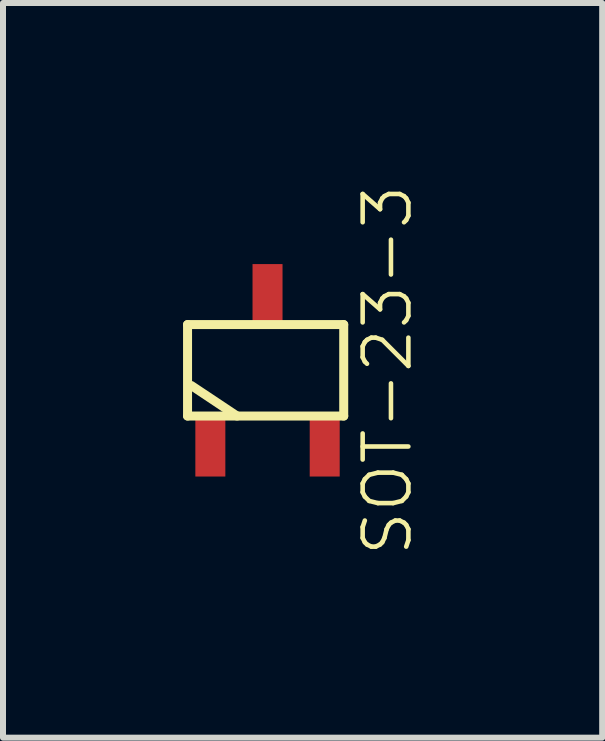
<source format=kicad_pcb>
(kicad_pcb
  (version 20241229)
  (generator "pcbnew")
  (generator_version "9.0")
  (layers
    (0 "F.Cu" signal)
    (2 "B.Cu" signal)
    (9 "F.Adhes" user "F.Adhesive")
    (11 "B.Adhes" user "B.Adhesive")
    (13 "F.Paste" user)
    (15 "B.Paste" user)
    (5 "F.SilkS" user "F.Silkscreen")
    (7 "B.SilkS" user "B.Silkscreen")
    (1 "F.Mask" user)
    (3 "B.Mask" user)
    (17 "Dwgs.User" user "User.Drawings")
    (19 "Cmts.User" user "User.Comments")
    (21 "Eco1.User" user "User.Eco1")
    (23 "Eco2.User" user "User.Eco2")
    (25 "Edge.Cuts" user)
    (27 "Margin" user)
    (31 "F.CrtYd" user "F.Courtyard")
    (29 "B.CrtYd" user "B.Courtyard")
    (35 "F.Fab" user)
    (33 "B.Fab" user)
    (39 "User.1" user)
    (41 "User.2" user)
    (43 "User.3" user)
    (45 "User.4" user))
  (footprint "SOT-23-3"
    (layer "F.Cu")
    (at 1.409 3.122)
    (property "Reference" "SOT-23-3" (at 1.999 0 90) (layer "F.SilkS") (effects (font (size 0.762 0.762) (thickness 0.076))))
    (attr through_hole)
    (fp_line (start -1.333 -0.762) (end 1.27 -0.762) (stroke (width 0.15) (type solid)) (layer "F.SilkS"))
    (fp_line (start -1.333 0.762) (end -1.333 -0.762) (stroke (width 0.15) (type solid)) (layer "F.SilkS"))
    (fp_line (start -0.508 0.762) (end -1.27 0.254) (stroke (width 0.15) (type solid)) (layer "F.SilkS"))
    (fp_line (start 1.27 -0.762) (end 1.27 0.762) (stroke (width 0.15) (type solid)) (layer "F.SilkS"))
    (fp_line (start 1.27 0.762) (end -1.333 0.762) (stroke (width 0.15) (type solid)) (layer "F.SilkS"))
    (pad "1" smd rect (at -0.953 1.27) (size 0.5 1.001) (layers "F.Cu" "F.Mask" "F.Paste"))
    (pad "2" smd rect (at 0.953 1.27) (size 0.5 1.001) (layers "F.Cu" "F.Mask" "F.Paste"))
    (pad "3" smd rect (at 0 -1.27) (size 0.5 1.001) (layers "F.Cu" "F.Mask" "F.Paste")))
  (gr_rect
    (start -3 -3)
    (end 6.987 9.245)
    (stroke (width 0.1) (type default))
    (fill no)
    (layer "Edge.Cuts")))
</source>
